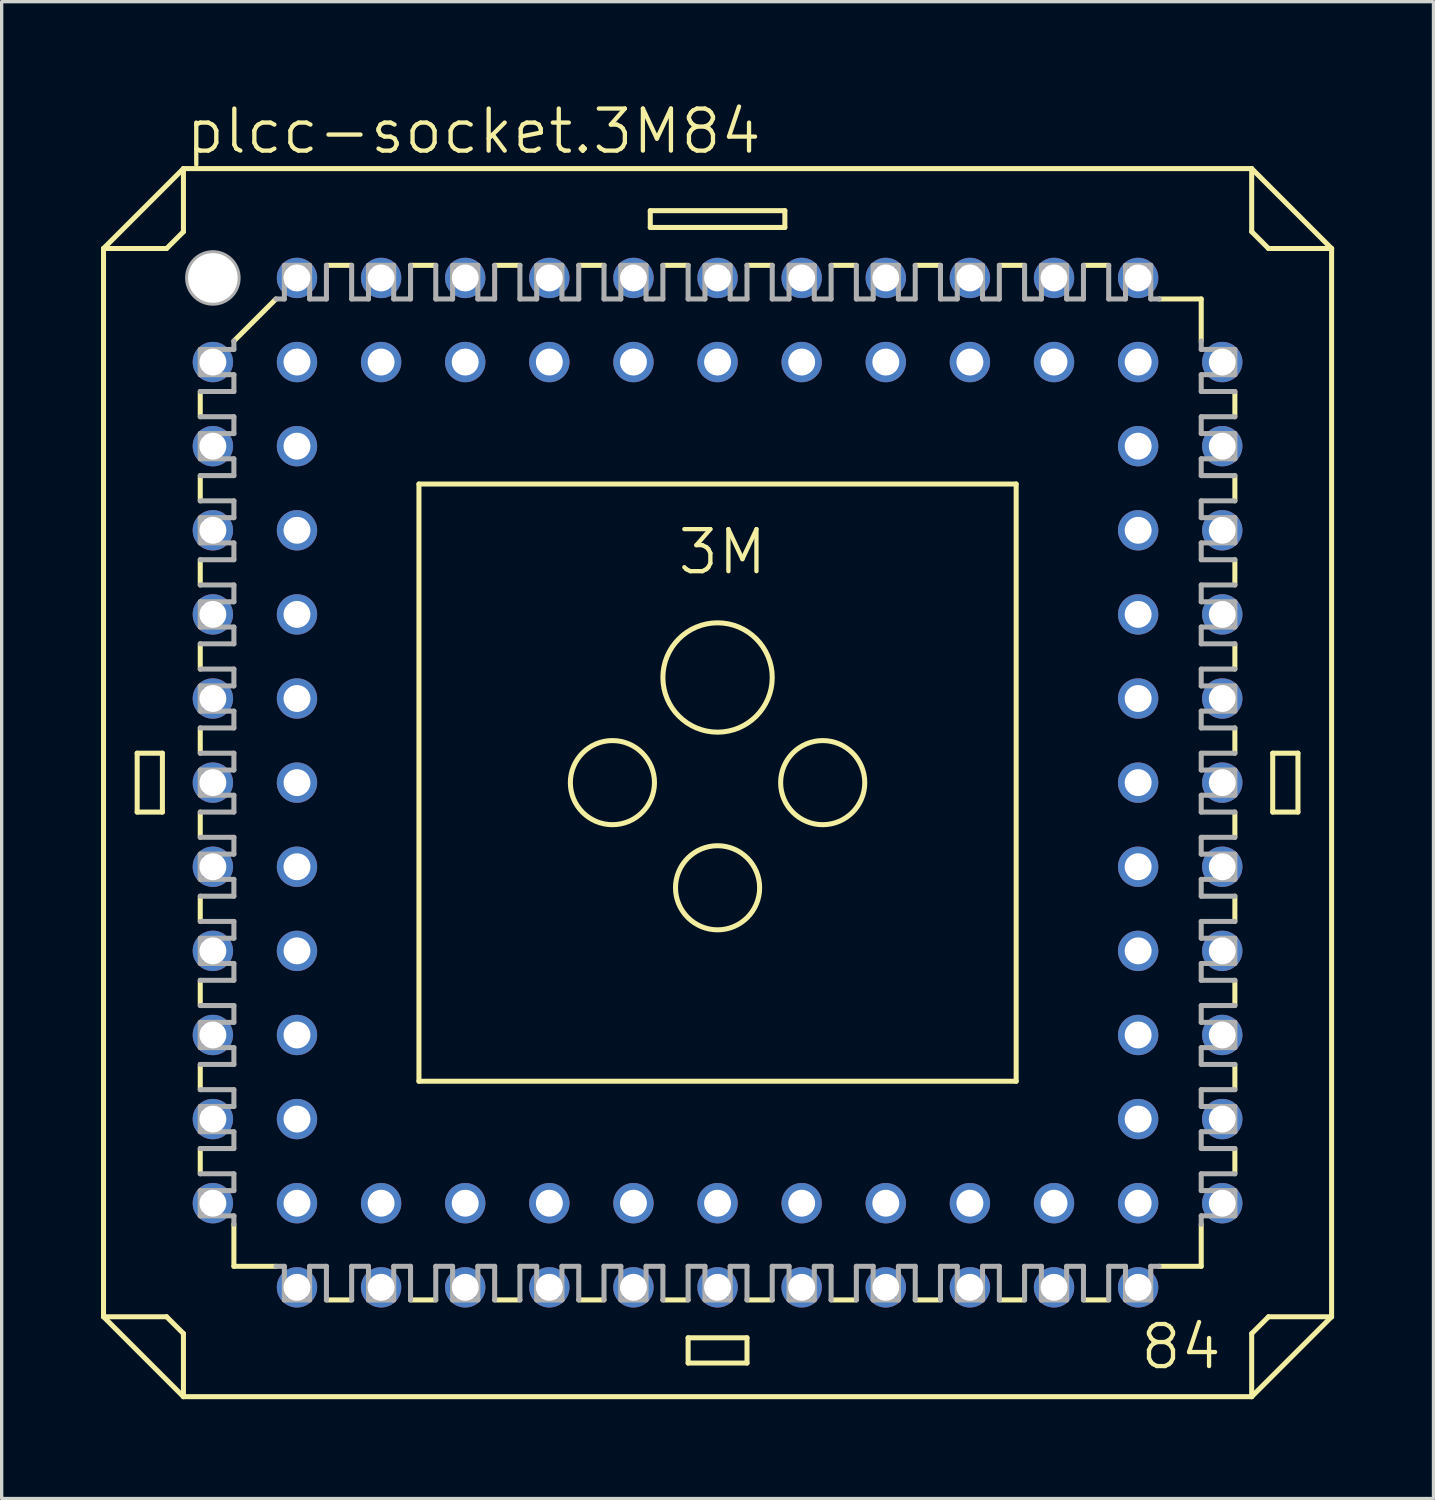
<source format=kicad_pcb>
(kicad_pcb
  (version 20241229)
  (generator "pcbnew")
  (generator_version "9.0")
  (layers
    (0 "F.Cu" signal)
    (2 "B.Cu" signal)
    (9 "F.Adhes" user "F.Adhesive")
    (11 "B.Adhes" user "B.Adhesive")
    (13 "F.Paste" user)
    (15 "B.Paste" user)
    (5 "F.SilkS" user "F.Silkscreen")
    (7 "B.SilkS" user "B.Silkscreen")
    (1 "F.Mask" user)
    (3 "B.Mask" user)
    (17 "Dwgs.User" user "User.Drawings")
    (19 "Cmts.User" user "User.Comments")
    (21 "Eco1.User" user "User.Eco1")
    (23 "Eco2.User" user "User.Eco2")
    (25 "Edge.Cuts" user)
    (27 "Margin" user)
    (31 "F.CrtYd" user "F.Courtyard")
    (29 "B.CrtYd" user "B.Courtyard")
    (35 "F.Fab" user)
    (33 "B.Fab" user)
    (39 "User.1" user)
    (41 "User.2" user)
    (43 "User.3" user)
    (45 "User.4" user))
  (footprint "plcc-socket.3M84"
    (layer "F.Cu")
    (at 18.618 20.583)
    (property "Reference" "plcc-socket.3M84" (at -16.129 -18.923 0) (layer "F.SilkS") (effects (font (size 1.27 1.27) (thickness 0.13)) (justify left bottom)))
    (attr through_hole)
    (fp_line (start -18.542 -16.129) (end -18.542 16.129) (stroke (width 0.152) (type default)) (layer "F.SilkS"))
    (fp_line (start -18.542 -16.129) (end -16.129 -18.542) (stroke (width 0.152) (type default)) (layer "F.SilkS"))
    (fp_line (start -18.542 16.129) (end -16.637 16.129) (stroke (width 0.152) (type default)) (layer "F.SilkS"))
    (fp_line (start -17.526 -0.889) (end -16.764 -0.889) (stroke (width 0.152) (type default)) (layer "F.SilkS"))
    (fp_line (start -17.526 0.889) (end -17.526 -0.889) (stroke (width 0.152) (type default)) (layer "F.SilkS"))
    (fp_line (start -17.526 0.889) (end -16.764 0.889) (stroke (width 0.152) (type default)) (layer "F.SilkS"))
    (fp_line (start -16.764 0.889) (end -16.764 -0.889) (stroke (width 0.152) (type default)) (layer "F.SilkS"))
    (fp_line (start -16.637 -16.129) (end -18.542 -16.129) (stroke (width 0.152) (type default)) (layer "F.SilkS"))
    (fp_line (start -16.637 -16.129) (end -16.129 -16.637) (stroke (width 0.152) (type default)) (layer "F.SilkS"))
    (fp_line (start -16.129 -18.542) (end -16.129 -16.637) (stroke (width 0.152) (type default)) (layer "F.SilkS"))
    (fp_line (start -16.129 16.637) (end -16.637 16.129) (stroke (width 0.152) (type default)) (layer "F.SilkS"))
    (fp_line (start -16.129 16.637) (end -16.129 18.542) (stroke (width 0.152) (type default)) (layer "F.SilkS"))
    (fp_line (start -16.129 18.542) (end -18.542 16.129) (stroke (width 0.152) (type default)) (layer "F.SilkS"))
    (fp_line (start -15.621 -11.811) (end -15.621 -11.049) (stroke (width 0.152) (type default)) (layer "F.SilkS"))
    (fp_line (start -15.621 -9.271) (end -15.621 -8.509) (stroke (width 0.152) (type default)) (layer "F.SilkS"))
    (fp_line (start -15.621 -6.731) (end -15.621 -5.969) (stroke (width 0.152) (type default)) (layer "F.SilkS"))
    (fp_line (start -15.621 -4.191) (end -15.621 -3.429) (stroke (width 0.152) (type default)) (layer "F.SilkS"))
    (fp_line (start -15.621 -0.889) (end -15.621 -1.651) (stroke (width 0.152) (type default)) (layer "F.SilkS"))
    (fp_line (start -15.621 1.651) (end -15.621 0.889) (stroke (width 0.152) (type default)) (layer "F.SilkS"))
    (fp_line (start -15.621 4.191) (end -15.621 3.429) (stroke (width 0.152) (type default)) (layer "F.SilkS"))
    (fp_line (start -15.621 5.969) (end -15.621 6.731) (stroke (width 0.152) (type default)) (layer "F.SilkS"))
    (fp_line (start -15.621 8.509) (end -15.621 9.271) (stroke (width 0.152) (type default)) (layer "F.SilkS"))
    (fp_line (start -15.621 11.049) (end -15.621 11.811) (stroke (width 0.152) (type default)) (layer "F.SilkS"))
    (fp_line (start -14.605 -13.335) (end -13.335 -14.605) (stroke (width 0.152) (type default)) (layer "F.SilkS"))
    (fp_line (start -14.605 14.605) (end -14.605 13.335) (stroke (width 0.152) (type default)) (layer "F.SilkS"))
    (fp_line (start -14.605 14.605) (end -13.335 14.605) (stroke (width 0.152) (type default)) (layer "F.SilkS"))
    (fp_line (start -11.811 15.621) (end -11.049 15.621) (stroke (width 0.152) (type default)) (layer "F.SilkS"))
    (fp_line (start -11.049 -15.621) (end -11.811 -15.621) (stroke (width 0.152) (type default)) (layer "F.SilkS"))
    (fp_line (start -9.271 15.621) (end -8.509 15.621) (stroke (width 0.152) (type default)) (layer "F.SilkS"))
    (fp_line (start -9.017 -9.017) (end -9.017 9.017) (stroke (width 0.152) (type default)) (layer "F.SilkS"))
    (fp_line (start -9.017 -9.017) (end 9.017 -9.017) (stroke (width 0.152) (type default)) (layer "F.SilkS"))
    (fp_line (start -8.509 -15.621) (end -9.271 -15.621) (stroke (width 0.152) (type default)) (layer "F.SilkS"))
    (fp_line (start -6.731 15.621) (end -5.969 15.621) (stroke (width 0.152) (type default)) (layer "F.SilkS"))
    (fp_line (start -5.969 -15.621) (end -6.731 -15.621) (stroke (width 0.152) (type default)) (layer "F.SilkS"))
    (fp_line (start -4.191 15.621) (end -3.429 15.621) (stroke (width 0.152) (type default)) (layer "F.SilkS"))
    (fp_line (start -3.429 -15.621) (end -4.191 -15.621) (stroke (width 0.152) (type default)) (layer "F.SilkS"))
    (fp_line (start -2.032 -17.272) (end -2.032 -16.764) (stroke (width 0.152) (type default)) (layer "F.SilkS"))
    (fp_line (start -1.651 15.621) (end -0.889 15.621) (stroke (width 0.152) (type default)) (layer "F.SilkS"))
    (fp_line (start -0.889 -15.621) (end -1.651 -15.621) (stroke (width 0.152) (type default)) (layer "F.SilkS"))
    (fp_line (start -0.889 17.526) (end -0.889 16.764) (stroke (width 0.152) (type default)) (layer "F.SilkS"))
    (fp_line (start -0.889 17.526) (end 0.889 17.526) (stroke (width 0.152) (type default)) (layer "F.SilkS"))
    (fp_line (start 0.889 15.621) (end 1.651 15.621) (stroke (width 0.152) (type default)) (layer "F.SilkS"))
    (fp_line (start 0.889 16.764) (end -0.889 16.764) (stroke (width 0.152) (type default)) (layer "F.SilkS"))
    (fp_line (start 0.889 16.764) (end 0.889 17.526) (stroke (width 0.152) (type default)) (layer "F.SilkS"))
    (fp_line (start 1.651 -15.621) (end 0.889 -15.621) (stroke (width 0.152) (type default)) (layer "F.SilkS"))
    (fp_line (start 2.032 -17.272) (end -2.032 -17.272) (stroke (width 0.152) (type default)) (layer "F.SilkS"))
    (fp_line (start 2.032 -16.764) (end -2.032 -16.764) (stroke (width 0.152) (type default)) (layer "F.SilkS"))
    (fp_line (start 2.032 -16.764) (end 2.032 -17.272) (stroke (width 0.152) (type default)) (layer "F.SilkS"))
    (fp_line (start 3.429 15.621) (end 4.191 15.621) (stroke (width 0.152) (type default)) (layer "F.SilkS"))
    (fp_line (start 4.191 -15.621) (end 3.429 -15.621) (stroke (width 0.152) (type default)) (layer "F.SilkS"))
    (fp_line (start 5.969 15.621) (end 6.731 15.621) (stroke (width 0.152) (type default)) (layer "F.SilkS"))
    (fp_line (start 6.731 -15.621) (end 5.969 -15.621) (stroke (width 0.152) (type default)) (layer "F.SilkS"))
    (fp_line (start 8.509 15.621) (end 9.271 15.621) (stroke (width 0.152) (type default)) (layer "F.SilkS"))
    (fp_line (start 9.017 9.017) (end -9.017 9.017) (stroke (width 0.152) (type default)) (layer "F.SilkS"))
    (fp_line (start 9.017 9.017) (end 9.017 -9.017) (stroke (width 0.152) (type default)) (layer "F.SilkS"))
    (fp_line (start 9.271 -15.621) (end 8.509 -15.621) (stroke (width 0.152) (type default)) (layer "F.SilkS"))
    (fp_line (start 11.049 15.621) (end 11.811 15.621) (stroke (width 0.152) (type default)) (layer "F.SilkS"))
    (fp_line (start 11.811 -15.621) (end 11.049 -15.621) (stroke (width 0.152) (type default)) (layer "F.SilkS"))
    (fp_line (start 13.335 14.605) (end 14.605 14.605) (stroke (width 0.152) (type default)) (layer "F.SilkS"))
    (fp_line (start 14.605 -14.605) (end 13.335 -14.605) (stroke (width 0.152) (type default)) (layer "F.SilkS"))
    (fp_line (start 14.605 -14.605) (end 14.605 -13.335) (stroke (width 0.152) (type default)) (layer "F.SilkS"))
    (fp_line (start 14.605 14.605) (end 14.605 13.335) (stroke (width 0.152) (type default)) (layer "F.SilkS"))
    (fp_line (start 15.621 -11.049) (end 15.621 -11.811) (stroke (width 0.152) (type default)) (layer "F.SilkS"))
    (fp_line (start 15.621 -8.509) (end 15.621 -9.271) (stroke (width 0.152) (type default)) (layer "F.SilkS"))
    (fp_line (start 15.621 -5.969) (end 15.621 -6.731) (stroke (width 0.152) (type default)) (layer "F.SilkS"))
    (fp_line (start 15.621 -4.191) (end 15.621 -3.429) (stroke (width 0.152) (type default)) (layer "F.SilkS"))
    (fp_line (start 15.621 -1.651) (end 15.621 -0.889) (stroke (width 0.152) (type default)) (layer "F.SilkS"))
    (fp_line (start 15.621 0.889) (end 15.621 1.651) (stroke (width 0.152) (type default)) (layer "F.SilkS"))
    (fp_line (start 15.621 4.191) (end 15.621 3.429) (stroke (width 0.152) (type default)) (layer "F.SilkS"))
    (fp_line (start 15.621 6.731) (end 15.621 5.969) (stroke (width 0.152) (type default)) (layer "F.SilkS"))
    (fp_line (start 15.621 9.271) (end 15.621 8.509) (stroke (width 0.152) (type default)) (layer "F.SilkS"))
    (fp_line (start 15.621 11.811) (end 15.621 11.049) (stroke (width 0.152) (type default)) (layer "F.SilkS"))
    (fp_line (start 16.129 -18.542) (end -16.129 -18.542) (stroke (width 0.152) (type default)) (layer "F.SilkS"))
    (fp_line (start 16.129 -18.542) (end 18.542 -16.129) (stroke (width 0.152) (type default)) (layer "F.SilkS"))
    (fp_line (start 16.129 -16.637) (end 16.129 -18.542) (stroke (width 0.152) (type default)) (layer "F.SilkS"))
    (fp_line (start 16.129 -16.637) (end 16.637 -16.129) (stroke (width 0.152) (type default)) (layer "F.SilkS"))
    (fp_line (start 16.129 18.542) (end -16.129 18.542) (stroke (width 0.152) (type default)) (layer "F.SilkS"))
    (fp_line (start 16.129 18.542) (end 16.129 16.637) (stroke (width 0.152) (type default)) (layer "F.SilkS"))
    (fp_line (start 16.637 16.129) (end 16.129 16.637) (stroke (width 0.152) (type default)) (layer "F.SilkS"))
    (fp_line (start 16.637 16.129) (end 18.542 16.129) (stroke (width 0.152) (type default)) (layer "F.SilkS"))
    (fp_line (start 16.764 -0.889) (end 16.764 0.889) (stroke (width 0.152) (type default)) (layer "F.SilkS"))
    (fp_line (start 16.764 -0.889) (end 17.526 -0.889) (stroke (width 0.152) (type default)) (layer "F.SilkS"))
    (fp_line (start 17.526 0.889) (end 16.764 0.889) (stroke (width 0.152) (type default)) (layer "F.SilkS"))
    (fp_line (start 17.526 0.889) (end 17.526 -0.889) (stroke (width 0.152) (type default)) (layer "F.SilkS"))
    (fp_line (start 18.542 -16.129) (end 16.637 -16.129) (stroke (width 0.152) (type default)) (layer "F.SilkS"))
    (fp_line (start 18.542 -16.129) (end 18.542 16.129) (stroke (width 0.152) (type default)) (layer "F.SilkS"))
    (fp_line (start 18.542 16.129) (end 16.129 18.542) (stroke (width 0.152) (type default)) (layer "F.SilkS"))
    (fp_circle (center -3.175 0) (end -1.905 0) (stroke (width 0.152) (type default)) (fill no) (layer "F.SilkS"))
    (fp_circle (center 0 -3.175) (end 1.651 -3.175) (stroke (width 0.152) (type default)) (fill no) (layer "F.SilkS"))
    (fp_circle (center 0 3.175) (end 1.27 3.175) (stroke (width 0.152) (type default)) (fill no) (layer "F.SilkS"))
    (fp_circle (center 3.175 0) (end 4.445 0) (stroke (width 0.152) (type default)) (fill no) (layer "F.SilkS"))
    (fp_line (start -15.621 -12.319) (end -15.621 -13.081) (stroke (width 0.152) (type default)) (layer "F.Fab"))
    (fp_line (start -15.621 -12.319) (end -14.605 -12.319) (stroke (width 0.152) (type default)) (layer "F.Fab"))
    (fp_line (start -15.621 -11.811) (end -14.605 -11.811) (stroke (width 0.152) (type default)) (layer "F.Fab"))
    (fp_line (start -15.621 -9.779) (end -15.621 -10.541) (stroke (width 0.152) (type default)) (layer "F.Fab"))
    (fp_line (start -15.621 -9.779) (end -14.605 -9.779) (stroke (width 0.152) (type default)) (layer "F.Fab"))
    (fp_line (start -15.621 -9.271) (end -14.605 -9.271) (stroke (width 0.152) (type default)) (layer "F.Fab"))
    (fp_line (start -15.621 -7.239) (end -15.621 -8.001) (stroke (width 0.152) (type default)) (layer "F.Fab"))
    (fp_line (start -15.621 -7.239) (end -14.605 -7.239) (stroke (width 0.152) (type default)) (layer "F.Fab"))
    (fp_line (start -15.621 -6.731) (end -14.605 -6.731) (stroke (width 0.152) (type default)) (layer "F.Fab"))
    (fp_line (start -15.621 -4.699) (end -15.621 -5.461) (stroke (width 0.152) (type default)) (layer "F.Fab"))
    (fp_line (start -15.621 -4.699) (end -14.605 -4.699) (stroke (width 0.152) (type default)) (layer "F.Fab"))
    (fp_line (start -15.621 -4.191) (end -14.605 -4.191) (stroke (width 0.152) (type default)) (layer "F.Fab"))
    (fp_line (start -15.621 -2.159) (end -15.621 -2.921) (stroke (width 0.152) (type default)) (layer "F.Fab"))
    (fp_line (start -15.621 -2.159) (end -14.605 -2.159) (stroke (width 0.152) (type default)) (layer "F.Fab"))
    (fp_line (start -15.621 -0.889) (end -14.605 -0.889) (stroke (width 0.152) (type default)) (layer "F.Fab"))
    (fp_line (start -15.621 0.381) (end -15.621 -0.381) (stroke (width 0.152) (type default)) (layer "F.Fab"))
    (fp_line (start -15.621 0.381) (end -14.605 0.381) (stroke (width 0.152) (type default)) (layer "F.Fab"))
    (fp_line (start -15.621 1.651) (end -14.605 1.651) (stroke (width 0.152) (type default)) (layer "F.Fab"))
    (fp_line (start -15.621 2.921) (end -15.621 2.159) (stroke (width 0.152) (type default)) (layer "F.Fab"))
    (fp_line (start -15.621 2.921) (end -14.605 2.921) (stroke (width 0.152) (type default)) (layer "F.Fab"))
    (fp_line (start -15.621 4.191) (end -14.605 4.191) (stroke (width 0.152) (type default)) (layer "F.Fab"))
    (fp_line (start -15.621 5.461) (end -15.621 4.699) (stroke (width 0.152) (type default)) (layer "F.Fab"))
    (fp_line (start -15.621 5.461) (end -14.605 5.461) (stroke (width 0.152) (type default)) (layer "F.Fab"))
    (fp_line (start -15.621 5.969) (end -14.605 5.969) (stroke (width 0.152) (type default)) (layer "F.Fab"))
    (fp_line (start -15.621 8.001) (end -15.621 7.239) (stroke (width 0.152) (type default)) (layer "F.Fab"))
    (fp_line (start -15.621 8.001) (end -14.605 8.001) (stroke (width 0.152) (type default)) (layer "F.Fab"))
    (fp_line (start -15.621 8.509) (end -14.605 8.509) (stroke (width 0.152) (type default)) (layer "F.Fab"))
    (fp_line (start -15.621 10.541) (end -15.621 9.779) (stroke (width 0.152) (type default)) (layer "F.Fab"))
    (fp_line (start -15.621 10.541) (end -14.605 10.541) (stroke (width 0.152) (type default)) (layer "F.Fab"))
    (fp_line (start -15.621 11.049) (end -14.605 11.049) (stroke (width 0.152) (type default)) (layer "F.Fab"))
    (fp_line (start -15.621 13.081) (end -15.621 12.319) (stroke (width 0.152) (type default)) (layer "F.Fab"))
    (fp_line (start -15.621 13.081) (end -14.605 13.081) (stroke (width 0.152) (type default)) (layer "F.Fab"))
    (fp_line (start -14.605 -13.081) (end -15.621 -13.081) (stroke (width 0.152) (type default)) (layer "F.Fab"))
    (fp_line (start -14.605 -13.081) (end -14.605 -13.335) (stroke (width 0.152) (type default)) (layer "F.Fab"))
    (fp_line (start -14.605 -12.319) (end -14.605 -11.811) (stroke (width 0.152) (type default)) (layer "F.Fab"))
    (fp_line (start -14.605 -11.049) (end -15.621 -11.049) (stroke (width 0.152) (type default)) (layer "F.Fab"))
    (fp_line (start -14.605 -10.541) (end -15.621 -10.541) (stroke (width 0.152) (type default)) (layer "F.Fab"))
    (fp_line (start -14.605 -10.541) (end -14.605 -11.049) (stroke (width 0.152) (type default)) (layer "F.Fab"))
    (fp_line (start -14.605 -9.779) (end -14.605 -9.271) (stroke (width 0.152) (type default)) (layer "F.Fab"))
    (fp_line (start -14.605 -8.509) (end -15.621 -8.509) (stroke (width 0.152) (type default)) (layer "F.Fab"))
    (fp_line (start -14.605 -8.001) (end -15.621 -8.001) (stroke (width 0.152) (type default)) (layer "F.Fab"))
    (fp_line (start -14.605 -8.001) (end -14.605 -8.509) (stroke (width 0.152) (type default)) (layer "F.Fab"))
    (fp_line (start -14.605 -6.731) (end -14.605 -7.239) (stroke (width 0.152) (type default)) (layer "F.Fab"))
    (fp_line (start -14.605 -5.969) (end -15.621 -5.969) (stroke (width 0.152) (type default)) (layer "F.Fab"))
    (fp_line (start -14.605 -5.969) (end -14.605 -5.461) (stroke (width 0.152) (type default)) (layer "F.Fab"))
    (fp_line (start -14.605 -5.461) (end -15.621 -5.461) (stroke (width 0.152) (type default)) (layer "F.Fab"))
    (fp_line (start -14.605 -4.699) (end -14.605 -4.191) (stroke (width 0.152) (type default)) (layer "F.Fab"))
    (fp_line (start -14.605 -3.429) (end -15.621 -3.429) (stroke (width 0.152) (type default)) (layer "F.Fab"))
    (fp_line (start -14.605 -3.429) (end -14.605 -2.921) (stroke (width 0.152) (type default)) (layer "F.Fab"))
    (fp_line (start -14.605 -2.921) (end -15.621 -2.921) (stroke (width 0.152) (type default)) (layer "F.Fab"))
    (fp_line (start -14.605 -2.159) (end -14.605 -1.651) (stroke (width 0.152) (type default)) (layer "F.Fab"))
    (fp_line (start -14.605 -1.651) (end -15.621 -1.651) (stroke (width 0.152) (type default)) (layer "F.Fab"))
    (fp_line (start -14.605 -0.381) (end -15.621 -0.381) (stroke (width 0.152) (type default)) (layer "F.Fab"))
    (fp_line (start -14.605 -0.381) (end -14.605 -0.889) (stroke (width 0.152) (type default)) (layer "F.Fab"))
    (fp_line (start -14.605 0.889) (end -15.621 0.889) (stroke (width 0.152) (type default)) (layer "F.Fab"))
    (fp_line (start -14.605 0.889) (end -14.605 0.381) (stroke (width 0.152) (type default)) (layer "F.Fab"))
    (fp_line (start -14.605 2.159) (end -15.621 2.159) (stroke (width 0.152) (type default)) (layer "F.Fab"))
    (fp_line (start -14.605 2.159) (end -14.605 1.651) (stroke (width 0.152) (type default)) (layer "F.Fab"))
    (fp_line (start -14.605 3.429) (end -15.621 3.429) (stroke (width 0.152) (type default)) (layer "F.Fab"))
    (fp_line (start -14.605 3.429) (end -14.605 2.921) (stroke (width 0.152) (type default)) (layer "F.Fab"))
    (fp_line (start -14.605 4.699) (end -15.621 4.699) (stroke (width 0.152) (type default)) (layer "F.Fab"))
    (fp_line (start -14.605 4.699) (end -14.605 4.191) (stroke (width 0.152) (type default)) (layer "F.Fab"))
    (fp_line (start -14.605 5.461) (end -14.605 5.969) (stroke (width 0.152) (type default)) (layer "F.Fab"))
    (fp_line (start -14.605 6.731) (end -15.621 6.731) (stroke (width 0.152) (type default)) (layer "F.Fab"))
    (fp_line (start -14.605 6.731) (end -14.605 7.239) (stroke (width 0.152) (type default)) (layer "F.Fab"))
    (fp_line (start -14.605 7.239) (end -15.621 7.239) (stroke (width 0.152) (type default)) (layer "F.Fab"))
    (fp_line (start -14.605 8.001) (end -14.605 8.509) (stroke (width 0.152) (type default)) (layer "F.Fab"))
    (fp_line (start -14.605 9.271) (end -15.621 9.271) (stroke (width 0.152) (type default)) (layer "F.Fab"))
    (fp_line (start -14.605 9.271) (end -14.605 9.779) (stroke (width 0.152) (type default)) (layer "F.Fab"))
    (fp_line (start -14.605 9.779) (end -15.621 9.779) (stroke (width 0.152) (type default)) (layer "F.Fab"))
    (fp_line (start -14.605 10.541) (end -14.605 11.049) (stroke (width 0.152) (type default)) (layer "F.Fab"))
    (fp_line (start -14.605 11.811) (end -15.621 11.811) (stroke (width 0.152) (type default)) (layer "F.Fab"))
    (fp_line (start -14.605 11.811) (end -14.605 12.319) (stroke (width 0.152) (type default)) (layer "F.Fab"))
    (fp_line (start -14.605 12.319) (end -15.621 12.319) (stroke (width 0.152) (type default)) (layer "F.Fab"))
    (fp_line (start -14.605 13.081) (end -14.605 13.335) (stroke (width 0.152) (type default)) (layer "F.Fab"))
    (fp_line (start -13.335 -14.605) (end -13.081 -14.605) (stroke (width 0.152) (type default)) (layer "F.Fab"))
    (fp_line (start -13.335 14.605) (end -13.081 14.605) (stroke (width 0.152) (type default)) (layer "F.Fab"))
    (fp_line (start -13.081 -15.621) (end -12.319 -15.621) (stroke (width 0.152) (type default)) (layer "F.Fab"))
    (fp_line (start -13.081 -14.605) (end -13.081 -15.621) (stroke (width 0.152) (type default)) (layer "F.Fab"))
    (fp_line (start -13.081 14.605) (end -13.081 15.621) (stroke (width 0.152) (type default)) (layer "F.Fab"))
    (fp_line (start -12.319 -14.605) (end -12.319 -15.621) (stroke (width 0.152) (type default)) (layer "F.Fab"))
    (fp_line (start -12.319 14.605) (end -11.811 14.605) (stroke (width 0.152) (type default)) (layer "F.Fab"))
    (fp_line (start -12.319 15.621) (end -13.081 15.621) (stroke (width 0.152) (type default)) (layer "F.Fab"))
    (fp_line (start -12.319 15.621) (end -12.319 14.605) (stroke (width 0.152) (type default)) (layer "F.Fab"))
    (fp_line (start -11.811 -14.605) (end -12.319 -14.605) (stroke (width 0.152) (type default)) (layer "F.Fab"))
    (fp_line (start -11.811 -14.605) (end -11.811 -15.621) (stroke (width 0.152) (type default)) (layer "F.Fab"))
    (fp_line (start -11.811 15.621) (end -11.811 14.605) (stroke (width 0.152) (type default)) (layer "F.Fab"))
    (fp_line (start -11.049 -15.621) (end -11.049 -14.605) (stroke (width 0.152) (type default)) (layer "F.Fab"))
    (fp_line (start -11.049 14.605) (end -11.049 15.621) (stroke (width 0.152) (type default)) (layer "F.Fab"))
    (fp_line (start -10.541 -15.621) (end -9.779 -15.621) (stroke (width 0.152) (type default)) (layer "F.Fab"))
    (fp_line (start -10.541 -14.605) (end -11.049 -14.605) (stroke (width 0.152) (type default)) (layer "F.Fab"))
    (fp_line (start -10.541 -14.605) (end -10.541 -15.621) (stroke (width 0.152) (type default)) (layer "F.Fab"))
    (fp_line (start -10.541 14.605) (end -11.049 14.605) (stroke (width 0.152) (type default)) (layer "F.Fab"))
    (fp_line (start -10.541 14.605) (end -10.541 15.621) (stroke (width 0.152) (type default)) (layer "F.Fab"))
    (fp_line (start -9.779 -14.605) (end -9.779 -15.621) (stroke (width 0.152) (type default)) (layer "F.Fab"))
    (fp_line (start -9.779 14.605) (end -9.271 14.605) (stroke (width 0.152) (type default)) (layer "F.Fab"))
    (fp_line (start -9.779 15.621) (end -10.541 15.621) (stroke (width 0.152) (type default)) (layer "F.Fab"))
    (fp_line (start -9.779 15.621) (end -9.779 14.605) (stroke (width 0.152) (type default)) (layer "F.Fab"))
    (fp_line (start -9.271 -14.605) (end -9.779 -14.605) (stroke (width 0.152) (type default)) (layer "F.Fab"))
    (fp_line (start -9.271 -14.605) (end -9.271 -15.621) (stroke (width 0.152) (type default)) (layer "F.Fab"))
    (fp_line (start -9.271 15.621) (end -9.271 14.605) (stroke (width 0.152) (type default)) (layer "F.Fab"))
    (fp_line (start -8.509 -15.621) (end -8.509 -14.605) (stroke (width 0.152) (type default)) (layer "F.Fab"))
    (fp_line (start -8.509 14.605) (end -8.509 15.621) (stroke (width 0.152) (type default)) (layer "F.Fab"))
    (fp_line (start -8.001 -15.621) (end -7.239 -15.621) (stroke (width 0.152) (type default)) (layer "F.Fab"))
    (fp_line (start -8.001 -14.605) (end -8.509 -14.605) (stroke (width 0.152) (type default)) (layer "F.Fab"))
    (fp_line (start -8.001 -14.605) (end -8.001 -15.621) (stroke (width 0.152) (type default)) (layer "F.Fab"))
    (fp_line (start -8.001 14.605) (end -8.509 14.605) (stroke (width 0.152) (type default)) (layer "F.Fab"))
    (fp_line (start -8.001 14.605) (end -8.001 15.621) (stroke (width 0.152) (type default)) (layer "F.Fab"))
    (fp_line (start -7.239 -14.605) (end -7.239 -15.621) (stroke (width 0.152) (type default)) (layer "F.Fab"))
    (fp_line (start -7.239 15.621) (end -8.001 15.621) (stroke (width 0.152) (type default)) (layer "F.Fab"))
    (fp_line (start -7.239 15.621) (end -7.239 14.605) (stroke (width 0.152) (type default)) (layer "F.Fab"))
    (fp_line (start -6.731 -14.605) (end -7.239 -14.605) (stroke (width 0.152) (type default)) (layer "F.Fab"))
    (fp_line (start -6.731 -14.605) (end -6.731 -15.621) (stroke (width 0.152) (type default)) (layer "F.Fab"))
    (fp_line (start -6.731 14.605) (end -7.239 14.605) (stroke (width 0.152) (type default)) (layer "F.Fab"))
    (fp_line (start -6.731 15.621) (end -6.731 14.605) (stroke (width 0.152) (type default)) (layer "F.Fab"))
    (fp_line (start -5.969 -15.621) (end -5.969 -14.605) (stroke (width 0.152) (type default)) (layer "F.Fab"))
    (fp_line (start -5.969 14.605) (end -5.969 15.621) (stroke (width 0.152) (type default)) (layer "F.Fab"))
    (fp_line (start -5.969 14.605) (end -5.461 14.605) (stroke (width 0.152) (type default)) (layer "F.Fab"))
    (fp_line (start -5.461 -15.621) (end -4.699 -15.621) (stroke (width 0.152) (type default)) (layer "F.Fab"))
    (fp_line (start -5.461 -14.605) (end -5.969 -14.605) (stroke (width 0.152) (type default)) (layer "F.Fab"))
    (fp_line (start -5.461 -14.605) (end -5.461 -15.621) (stroke (width 0.152) (type default)) (layer "F.Fab"))
    (fp_line (start -5.461 14.605) (end -5.461 15.621) (stroke (width 0.152) (type default)) (layer "F.Fab"))
    (fp_line (start -4.699 -14.605) (end -4.699 -15.621) (stroke (width 0.152) (type default)) (layer "F.Fab"))
    (fp_line (start -4.699 14.605) (end -4.191 14.605) (stroke (width 0.152) (type default)) (layer "F.Fab"))
    (fp_line (start -4.699 15.621) (end -5.461 15.621) (stroke (width 0.152) (type default)) (layer "F.Fab"))
    (fp_line (start -4.699 15.621) (end -4.699 14.605) (stroke (width 0.152) (type default)) (layer "F.Fab"))
    (fp_line (start -4.191 -14.605) (end -4.699 -14.605) (stroke (width 0.152) (type default)) (layer "F.Fab"))
    (fp_line (start -4.191 -14.605) (end -4.191 -15.621) (stroke (width 0.152) (type default)) (layer "F.Fab"))
    (fp_line (start -4.191 15.621) (end -4.191 14.605) (stroke (width 0.152) (type default)) (layer "F.Fab"))
    (fp_line (start -3.429 -15.621) (end -3.429 -14.605) (stroke (width 0.152) (type default)) (layer "F.Fab"))
    (fp_line (start -3.429 14.605) (end -3.429 15.621) (stroke (width 0.152) (type default)) (layer "F.Fab"))
    (fp_line (start -3.429 14.605) (end -2.921 14.605) (stroke (width 0.152) (type default)) (layer "F.Fab"))
    (fp_line (start -2.921 -15.621) (end -2.159 -15.621) (stroke (width 0.152) (type default)) (layer "F.Fab"))
    (fp_line (start -2.921 -14.605) (end -3.429 -14.605) (stroke (width 0.152) (type default)) (layer "F.Fab"))
    (fp_line (start -2.921 -14.605) (end -2.921 -15.621) (stroke (width 0.152) (type default)) (layer "F.Fab"))
    (fp_line (start -2.921 14.605) (end -2.921 15.621) (stroke (width 0.152) (type default)) (layer "F.Fab"))
    (fp_line (start -2.159 -14.605) (end -2.159 -15.621) (stroke (width 0.152) (type default)) (layer "F.Fab"))
    (fp_line (start -2.159 14.605) (end -1.651 14.605) (stroke (width 0.152) (type default)) (layer "F.Fab"))
    (fp_line (start -2.159 15.621) (end -2.921 15.621) (stroke (width 0.152) (type default)) (layer "F.Fab"))
    (fp_line (start -2.159 15.621) (end -2.159 14.605) (stroke (width 0.152) (type default)) (layer "F.Fab"))
    (fp_line (start -1.651 -14.605) (end -2.159 -14.605) (stroke (width 0.152) (type default)) (layer "F.Fab"))
    (fp_line (start -1.651 -14.605) (end -1.651 -15.621) (stroke (width 0.152) (type default)) (layer "F.Fab"))
    (fp_line (start -1.651 15.621) (end -1.651 14.605) (stroke (width 0.152) (type default)) (layer "F.Fab"))
    (fp_line (start -0.889 -15.621) (end -0.889 -14.605) (stroke (width 0.152) (type default)) (layer "F.Fab"))
    (fp_line (start -0.889 14.605) (end -0.889 15.621) (stroke (width 0.152) (type default)) (layer "F.Fab"))
    (fp_line (start -0.889 14.605) (end -0.381 14.605) (stroke (width 0.152) (type default)) (layer "F.Fab"))
    (fp_line (start -0.381 -15.621) (end -0.381 -14.605) (stroke (width 0.152) (type default)) (layer "F.Fab"))
    (fp_line (start -0.381 -15.621) (end 0.381 -15.621) (stroke (width 0.152) (type default)) (layer "F.Fab"))
    (fp_line (start -0.381 -14.605) (end -0.889 -14.605) (stroke (width 0.152) (type default)) (layer "F.Fab"))
    (fp_line (start -0.381 14.605) (end -0.381 15.621) (stroke (width 0.152) (type default)) (layer "F.Fab"))
    (fp_line (start 0.381 -14.605) (end 0.381 -15.621) (stroke (width 0.152) (type default)) (layer "F.Fab"))
    (fp_line (start 0.381 14.605) (end 0.889 14.605) (stroke (width 0.152) (type default)) (layer "F.Fab"))
    (fp_line (start 0.381 15.621) (end -0.381 15.621) (stroke (width 0.152) (type default)) (layer "F.Fab"))
    (fp_line (start 0.381 15.621) (end 0.381 14.605) (stroke (width 0.152) (type default)) (layer "F.Fab"))
    (fp_line (start 0.889 -14.605) (end 0.381 -14.605) (stroke (width 0.152) (type default)) (layer "F.Fab"))
    (fp_line (start 0.889 -14.605) (end 0.889 -15.621) (stroke (width 0.152) (type default)) (layer "F.Fab"))
    (fp_line (start 0.889 15.621) (end 0.889 14.605) (stroke (width 0.152) (type default)) (layer "F.Fab"))
    (fp_line (start 1.651 -15.621) (end 1.651 -14.605) (stroke (width 0.152) (type default)) (layer "F.Fab"))
    (fp_line (start 1.651 14.605) (end 1.651 15.621) (stroke (width 0.152) (type default)) (layer "F.Fab"))
    (fp_line (start 1.651 14.605) (end 2.159 14.605) (stroke (width 0.152) (type default)) (layer "F.Fab"))
    (fp_line (start 2.159 -15.621) (end 2.159 -14.605) (stroke (width 0.152) (type default)) (layer "F.Fab"))
    (fp_line (start 2.159 -15.621) (end 2.921 -15.621) (stroke (width 0.152) (type default)) (layer "F.Fab"))
    (fp_line (start 2.159 -14.605) (end 1.651 -14.605) (stroke (width 0.152) (type default)) (layer "F.Fab"))
    (fp_line (start 2.159 14.605) (end 2.159 15.621) (stroke (width 0.152) (type default)) (layer "F.Fab"))
    (fp_line (start 2.921 -14.605) (end 2.921 -15.621) (stroke (width 0.152) (type default)) (layer "F.Fab"))
    (fp_line (start 2.921 14.605) (end 3.429 14.605) (stroke (width 0.152) (type default)) (layer "F.Fab"))
    (fp_line (start 2.921 15.621) (end 2.159 15.621) (stroke (width 0.152) (type default)) (layer "F.Fab"))
    (fp_line (start 2.921 15.621) (end 2.921 14.605) (stroke (width 0.152) (type default)) (layer "F.Fab"))
    (fp_line (start 3.429 -14.605) (end 2.921 -14.605) (stroke (width 0.152) (type default)) (layer "F.Fab"))
    (fp_line (start 3.429 -14.605) (end 3.429 -15.621) (stroke (width 0.152) (type default)) (layer "F.Fab"))
    (fp_line (start 3.429 15.621) (end 3.429 14.605) (stroke (width 0.152) (type default)) (layer "F.Fab"))
    (fp_line (start 4.191 -15.621) (end 4.191 -14.605) (stroke (width 0.152) (type default)) (layer "F.Fab"))
    (fp_line (start 4.191 14.605) (end 4.191 15.621) (stroke (width 0.152) (type default)) (layer "F.Fab"))
    (fp_line (start 4.191 14.605) (end 4.699 14.605) (stroke (width 0.152) (type default)) (layer "F.Fab"))
    (fp_line (start 4.699 -15.621) (end 4.699 -14.605) (stroke (width 0.152) (type default)) (layer "F.Fab"))
    (fp_line (start 4.699 -15.621) (end 5.461 -15.621) (stroke (width 0.152) (type default)) (layer "F.Fab"))
    (fp_line (start 4.699 -14.605) (end 4.191 -14.605) (stroke (width 0.152) (type default)) (layer "F.Fab"))
    (fp_line (start 4.699 14.605) (end 4.699 15.621) (stroke (width 0.152) (type default)) (layer "F.Fab"))
    (fp_line (start 5.461 -14.605) (end 5.461 -15.621) (stroke (width 0.152) (type default)) (layer "F.Fab"))
    (fp_line (start 5.461 14.605) (end 5.969 14.605) (stroke (width 0.152) (type default)) (layer "F.Fab"))
    (fp_line (start 5.461 15.621) (end 4.699 15.621) (stroke (width 0.152) (type default)) (layer "F.Fab"))
    (fp_line (start 5.461 15.621) (end 5.461 14.605) (stroke (width 0.152) (type default)) (layer "F.Fab"))
    (fp_line (start 5.969 -14.605) (end 5.461 -14.605) (stroke (width 0.152) (type default)) (layer "F.Fab"))
    (fp_line (start 5.969 -14.605) (end 5.969 -15.621) (stroke (width 0.152) (type default)) (layer "F.Fab"))
    (fp_line (start 5.969 15.621) (end 5.969 14.605) (stroke (width 0.152) (type default)) (layer "F.Fab"))
    (fp_line (start 6.731 -15.621) (end 6.731 -14.605) (stroke (width 0.152) (type default)) (layer "F.Fab"))
    (fp_line (start 6.731 -14.605) (end 7.239 -14.605) (stroke (width 0.152) (type default)) (layer "F.Fab"))
    (fp_line (start 6.731 14.605) (end 6.731 15.621) (stroke (width 0.152) (type default)) (layer "F.Fab"))
    (fp_line (start 6.731 14.605) (end 7.239 14.605) (stroke (width 0.152) (type default)) (layer "F.Fab"))
    (fp_line (start 7.239 -15.621) (end 7.239 -14.605) (stroke (width 0.152) (type default)) (layer "F.Fab"))
    (fp_line (start 7.239 -15.621) (end 8.001 -15.621) (stroke (width 0.152) (type default)) (layer "F.Fab"))
    (fp_line (start 7.239 14.605) (end 7.239 15.621) (stroke (width 0.152) (type default)) (layer "F.Fab"))
    (fp_line (start 8.001 -14.605) (end 8.001 -15.621) (stroke (width 0.152) (type default)) (layer "F.Fab"))
    (fp_line (start 8.001 -14.605) (end 8.509 -14.605) (stroke (width 0.152) (type default)) (layer "F.Fab"))
    (fp_line (start 8.001 14.605) (end 8.509 14.605) (stroke (width 0.152) (type default)) (layer "F.Fab"))
    (fp_line (start 8.001 15.621) (end 7.239 15.621) (stroke (width 0.152) (type default)) (layer "F.Fab"))
    (fp_line (start 8.001 15.621) (end 8.001 14.605) (stroke (width 0.152) (type default)) (layer "F.Fab"))
    (fp_line (start 8.509 -14.605) (end 8.509 -15.621) (stroke (width 0.152) (type default)) (layer "F.Fab"))
    (fp_line (start 8.509 15.621) (end 8.509 14.605) (stroke (width 0.152) (type default)) (layer "F.Fab"))
    (fp_line (start 9.271 -15.621) (end 9.271 -14.605) (stroke (width 0.152) (type default)) (layer "F.Fab"))
    (fp_line (start 9.271 15.621) (end 9.271 14.605) (stroke (width 0.152) (type default)) (layer "F.Fab"))
    (fp_line (start 9.779 -15.621) (end 9.779 -14.605) (stroke (width 0.152) (type default)) (layer "F.Fab"))
    (fp_line (start 9.779 -15.621) (end 10.541 -15.621) (stroke (width 0.152) (type default)) (layer "F.Fab"))
    (fp_line (start 9.779 -14.605) (end 9.271 -14.605) (stroke (width 0.152) (type default)) (layer "F.Fab"))
    (fp_line (start 9.779 14.605) (end 9.271 14.605) (stroke (width 0.152) (type default)) (layer "F.Fab"))
    (fp_line (start 9.779 14.605) (end 9.779 15.621) (stroke (width 0.152) (type default)) (layer "F.Fab"))
    (fp_line (start 10.541 -14.605) (end 10.541 -15.621) (stroke (width 0.152) (type default)) (layer "F.Fab"))
    (fp_line (start 10.541 -14.605) (end 11.049 -14.605) (stroke (width 0.152) (type default)) (layer "F.Fab"))
    (fp_line (start 10.541 14.605) (end 11.049 14.605) (stroke (width 0.152) (type default)) (layer "F.Fab"))
    (fp_line (start 10.541 15.621) (end 9.779 15.621) (stroke (width 0.152) (type default)) (layer "F.Fab"))
    (fp_line (start 10.541 15.621) (end 10.541 14.605) (stroke (width 0.152) (type default)) (layer "F.Fab"))
    (fp_line (start 11.049 -14.605) (end 11.049 -15.621) (stroke (width 0.152) (type default)) (layer "F.Fab"))
    (fp_line (start 11.049 15.621) (end 11.049 14.605) (stroke (width 0.152) (type default)) (layer "F.Fab"))
    (fp_line (start 11.811 -15.621) (end 11.811 -14.605) (stroke (width 0.152) (type default)) (layer "F.Fab"))
    (fp_line (start 11.811 15.621) (end 11.811 14.605) (stroke (width 0.152) (type default)) (layer "F.Fab"))
    (fp_line (start 12.319 -15.621) (end 12.319 -14.605) (stroke (width 0.152) (type default)) (layer "F.Fab"))
    (fp_line (start 12.319 -15.621) (end 13.081 -15.621) (stroke (width 0.152) (type default)) (layer "F.Fab"))
    (fp_line (start 12.319 -14.605) (end 11.811 -14.605) (stroke (width 0.152) (type default)) (layer "F.Fab"))
    (fp_line (start 12.319 14.605) (end 11.811 14.605) (stroke (width 0.152) (type default)) (layer "F.Fab"))
    (fp_line (start 12.319 14.605) (end 12.319 15.621) (stroke (width 0.152) (type default)) (layer "F.Fab"))
    (fp_line (start 13.081 -14.605) (end 13.081 -15.621) (stroke (width 0.152) (type default)) (layer "F.Fab"))
    (fp_line (start 13.081 14.605) (end 13.335 14.605) (stroke (width 0.152) (type default)) (layer "F.Fab"))
    (fp_line (start 13.081 15.621) (end 12.319 15.621) (stroke (width 0.152) (type default)) (layer "F.Fab"))
    (fp_line (start 13.081 15.621) (end 13.081 14.605) (stroke (width 0.152) (type default)) (layer "F.Fab"))
    (fp_line (start 13.335 -14.605) (end 13.081 -14.605) (stroke (width 0.152) (type default)) (layer "F.Fab"))
    (fp_line (start 14.605 -13.081) (end 14.605 -13.335) (stroke (width 0.152) (type default)) (layer "F.Fab"))
    (fp_line (start 14.605 -12.319) (end 14.605 -11.811) (stroke (width 0.152) (type default)) (layer "F.Fab"))
    (fp_line (start 14.605 -12.319) (end 15.621 -12.319) (stroke (width 0.152) (type default)) (layer "F.Fab"))
    (fp_line (start 14.605 -11.811) (end 15.621 -11.811) (stroke (width 0.152) (type default)) (layer "F.Fab"))
    (fp_line (start 14.605 -10.541) (end 14.605 -11.049) (stroke (width 0.152) (type default)) (layer "F.Fab"))
    (fp_line (start 14.605 -9.779) (end 14.605 -9.271) (stroke (width 0.152) (type default)) (layer "F.Fab"))
    (fp_line (start 14.605 -9.779) (end 15.621 -9.779) (stroke (width 0.152) (type default)) (layer "F.Fab"))
    (fp_line (start 14.605 -9.271) (end 15.621 -9.271) (stroke (width 0.152) (type default)) (layer "F.Fab"))
    (fp_line (start 14.605 -8.001) (end 14.605 -8.509) (stroke (width 0.152) (type default)) (layer "F.Fab"))
    (fp_line (start 14.605 -7.239) (end 15.621 -7.239) (stroke (width 0.152) (type default)) (layer "F.Fab"))
    (fp_line (start 14.605 -6.731) (end 14.605 -7.239) (stroke (width 0.152) (type default)) (layer "F.Fab"))
    (fp_line (start 14.605 -6.731) (end 15.621 -6.731) (stroke (width 0.152) (type default)) (layer "F.Fab"))
    (fp_line (start 14.605 -5.461) (end 14.605 -5.969) (stroke (width 0.152) (type default)) (layer "F.Fab"))
    (fp_line (start 14.605 -4.699) (end 14.605 -4.191) (stroke (width 0.152) (type default)) (layer "F.Fab"))
    (fp_line (start 14.605 -4.699) (end 15.621 -4.699) (stroke (width 0.152) (type default)) (layer "F.Fab"))
    (fp_line (start 14.605 -3.429) (end 14.605 -2.921) (stroke (width 0.152) (type default)) (layer "F.Fab"))
    (fp_line (start 14.605 -3.429) (end 15.621 -3.429) (stroke (width 0.152) (type default)) (layer "F.Fab"))
    (fp_line (start 14.605 -2.159) (end 14.605 -1.651) (stroke (width 0.152) (type default)) (layer "F.Fab"))
    (fp_line (start 14.605 -2.159) (end 15.621 -2.159) (stroke (width 0.152) (type default)) (layer "F.Fab"))
    (fp_line (start 14.605 -0.889) (end 14.605 -0.381) (stroke (width 0.152) (type default)) (layer "F.Fab"))
    (fp_line (start 14.605 -0.889) (end 15.621 -0.889) (stroke (width 0.152) (type default)) (layer "F.Fab"))
    (fp_line (start 14.605 0.381) (end 14.605 0.889) (stroke (width 0.152) (type default)) (layer "F.Fab"))
    (fp_line (start 14.605 0.381) (end 15.621 0.381) (stroke (width 0.152) (type default)) (layer "F.Fab"))
    (fp_line (start 14.605 1.651) (end 14.605 2.159) (stroke (width 0.152) (type default)) (layer "F.Fab"))
    (fp_line (start 14.605 1.651) (end 15.621 1.651) (stroke (width 0.152) (type default)) (layer "F.Fab"))
    (fp_line (start 14.605 2.921) (end 15.621 2.921) (stroke (width 0.152) (type default)) (layer "F.Fab"))
    (fp_line (start 14.605 3.429) (end 14.605 2.921) (stroke (width 0.152) (type default)) (layer "F.Fab"))
    (fp_line (start 14.605 3.429) (end 15.621 3.429) (stroke (width 0.152) (type default)) (layer "F.Fab"))
    (fp_line (start 14.605 4.699) (end 14.605 4.191) (stroke (width 0.152) (type default)) (layer "F.Fab"))
    (fp_line (start 14.605 5.461) (end 15.621 5.461) (stroke (width 0.152) (type default)) (layer "F.Fab"))
    (fp_line (start 14.605 5.969) (end 14.605 5.461) (stroke (width 0.152) (type default)) (layer "F.Fab"))
    (fp_line (start 14.605 5.969) (end 15.621 5.969) (stroke (width 0.152) (type default)) (layer "F.Fab"))
    (fp_line (start 14.605 6.731) (end 14.605 7.239) (stroke (width 0.152) (type default)) (layer "F.Fab"))
    (fp_line (start 14.605 8.001) (end 14.605 8.509) (stroke (width 0.152) (type default)) (layer "F.Fab"))
    (fp_line (start 14.605 8.001) (end 15.621 8.001) (stroke (width 0.152) (type default)) (layer "F.Fab"))
    (fp_line (start 14.605 8.509) (end 15.621 8.509) (stroke (width 0.152) (type default)) (layer "F.Fab"))
    (fp_line (start 14.605 9.779) (end 14.605 9.271) (stroke (width 0.152) (type default)) (layer "F.Fab"))
    (fp_line (start 14.605 10.541) (end 14.605 11.049) (stroke (width 0.152) (type default)) (layer "F.Fab"))
    (fp_line (start 14.605 10.541) (end 15.621 10.541) (stroke (width 0.152) (type default)) (layer "F.Fab"))
    (fp_line (start 14.605 11.049) (end 15.621 11.049) (stroke (width 0.152) (type default)) (layer "F.Fab"))
    (fp_line (start 14.605 12.319) (end 14.605 11.811) (stroke (width 0.152) (type default)) (layer "F.Fab"))
    (fp_line (start 14.605 13.081) (end 15.621 13.081) (stroke (width 0.152) (type default)) (layer "F.Fab"))
    (fp_line (start 14.605 13.335) (end 14.605 13.081) (stroke (width 0.152) (type default)) (layer "F.Fab"))
    (fp_line (start 15.621 -13.081) (end 14.605 -13.081) (stroke (width 0.152) (type default)) (layer "F.Fab"))
    (fp_line (start 15.621 -13.081) (end 15.621 -12.319) (stroke (width 0.152) (type default)) (layer "F.Fab"))
    (fp_line (start 15.621 -11.049) (end 14.605 -11.049) (stroke (width 0.152) (type default)) (layer "F.Fab"))
    (fp_line (start 15.621 -10.541) (end 14.605 -10.541) (stroke (width 0.152) (type default)) (layer "F.Fab"))
    (fp_line (start 15.621 -10.541) (end 15.621 -9.779) (stroke (width 0.152) (type default)) (layer "F.Fab"))
    (fp_line (start 15.621 -8.509) (end 14.605 -8.509) (stroke (width 0.152) (type default)) (layer "F.Fab"))
    (fp_line (start 15.621 -8.001) (end 14.605 -8.001) (stroke (width 0.152) (type default)) (layer "F.Fab"))
    (fp_line (start 15.621 -8.001) (end 15.621 -7.239) (stroke (width 0.152) (type default)) (layer "F.Fab"))
    (fp_line (start 15.621 -5.969) (end 14.605 -5.969) (stroke (width 0.152) (type default)) (layer "F.Fab"))
    (fp_line (start 15.621 -5.461) (end 14.605 -5.461) (stroke (width 0.152) (type default)) (layer "F.Fab"))
    (fp_line (start 15.621 -5.461) (end 15.621 -4.699) (stroke (width 0.152) (type default)) (layer "F.Fab"))
    (fp_line (start 15.621 -4.191) (end 14.605 -4.191) (stroke (width 0.152) (type default)) (layer "F.Fab"))
    (fp_line (start 15.621 -2.921) (end 14.605 -2.921) (stroke (width 0.152) (type default)) (layer "F.Fab"))
    (fp_line (start 15.621 -2.921) (end 15.621 -2.159) (stroke (width 0.152) (type default)) (layer "F.Fab"))
    (fp_line (start 15.621 -1.651) (end 14.605 -1.651) (stroke (width 0.152) (type default)) (layer "F.Fab"))
    (fp_line (start 15.621 -0.381) (end 14.605 -0.381) (stroke (width 0.152) (type default)) (layer "F.Fab"))
    (fp_line (start 15.621 -0.381) (end 15.621 0.381) (stroke (width 0.152) (type default)) (layer "F.Fab"))
    (fp_line (start 15.621 0.889) (end 14.605 0.889) (stroke (width 0.152) (type default)) (layer "F.Fab"))
    (fp_line (start 15.621 2.159) (end 14.605 2.159) (stroke (width 0.152) (type default)) (layer "F.Fab"))
    (fp_line (start 15.621 2.159) (end 15.621 2.921) (stroke (width 0.152) (type default)) (layer "F.Fab"))
    (fp_line (start 15.621 4.191) (end 14.605 4.191) (stroke (width 0.152) (type default)) (layer "F.Fab"))
    (fp_line (start 15.621 4.699) (end 14.605 4.699) (stroke (width 0.152) (type default)) (layer "F.Fab"))
    (fp_line (start 15.621 4.699) (end 15.621 5.461) (stroke (width 0.152) (type default)) (layer "F.Fab"))
    (fp_line (start 15.621 6.731) (end 14.605 6.731) (stroke (width 0.152) (type default)) (layer "F.Fab"))
    (fp_line (start 15.621 7.239) (end 14.605 7.239) (stroke (width 0.152) (type default)) (layer "F.Fab"))
    (fp_line (start 15.621 7.239) (end 15.621 8.001) (stroke (width 0.152) (type default)) (layer "F.Fab"))
    (fp_line (start 15.621 9.271) (end 14.605 9.271) (stroke (width 0.152) (type default)) (layer "F.Fab"))
    (fp_line (start 15.621 9.779) (end 14.605 9.779) (stroke (width 0.152) (type default)) (layer "F.Fab"))
    (fp_line (start 15.621 9.779) (end 15.621 10.541) (stroke (width 0.152) (type default)) (layer "F.Fab"))
    (fp_line (start 15.621 11.811) (end 14.605 11.811) (stroke (width 0.152) (type default)) (layer "F.Fab"))
    (fp_line (start 15.621 12.319) (end 14.605 12.319) (stroke (width 0.152) (type default)) (layer "F.Fab"))
    (fp_line (start 15.621 12.319) (end 15.621 13.081) (stroke (width 0.152) (type default)) (layer "F.Fab"))
    (fp_circle (center -15.24 -15.24) (end -14.478 -15.24) (stroke (width 0.152) (type default)) (fill no) (layer "F.Fab"))
    (fp_text user "3M" (at -1.27 -6.223 0) (layer "F.SilkS") (effects (font (size 1.27 1.27) (thickness 0.13)) (justify left bottom)))
    (fp_text user "84" (at 12.7 17.78 0) (layer "F.SilkS") (effects (font (size 1.27 1.27) (thickness 0.13)) (justify left bottom)))
    (pad "" np_thru_hole circle (at -15.24 -15.24) (size 1.499 1.499) (drill 1.499) (layers "*.Cu" "*.Mask"))
    (pad "1" thru_hole circle (at 0 -15.24) (size 1.219 1.219) (drill 0.813) (layers "*.Cu" "*.Mask"))
    (pad "2" thru_hole circle (at 0 -12.7) (size 1.219 1.219) (drill 0.813) (layers "*.Cu" "*.Mask"))
    (pad "3" thru_hole circle (at -2.54 -15.24) (size 1.219 1.219) (drill 0.813) (layers "*.Cu" "*.Mask"))
    (pad "4" thru_hole circle (at -2.54 -12.7) (size 1.219 1.219) (drill 0.813) (layers "*.Cu" "*.Mask"))
    (pad "5" thru_hole circle (at -5.08 -15.24) (size 1.219 1.219) (drill 0.813) (layers "*.Cu" "*.Mask"))
    (pad "6" thru_hole circle (at -5.08 -12.7) (size 1.219 1.219) (drill 0.813) (layers "*.Cu" "*.Mask"))
    (pad "7" thru_hole circle (at -7.62 -15.24) (size 1.219 1.219) (drill 0.813) (layers "*.Cu" "*.Mask"))
    (pad "8" thru_hole circle (at -7.62 -12.7) (size 1.219 1.219) (drill 0.813) (layers "*.Cu" "*.Mask"))
    (pad "9" thru_hole circle (at -10.16 -15.24) (size 1.219 1.219) (drill 0.813) (layers "*.Cu" "*.Mask"))
    (pad "10" thru_hole circle (at -10.16 -12.7) (size 1.219 1.219) (drill 0.813) (layers "*.Cu" "*.Mask"))
    (pad "11" thru_hole circle (at -12.7 -15.24) (size 1.219 1.219) (drill 0.813) (layers "*.Cu" "*.Mask"))
    (pad "12" thru_hole circle (at -15.24 -12.7) (size 1.219 1.219) (drill 0.813) (layers "*.Cu" "*.Mask"))
    (pad "13" thru_hole circle (at -12.7 -12.7) (size 1.219 1.219) (drill 0.813) (layers "*.Cu" "*.Mask"))
    (pad "14" thru_hole circle (at -15.24 -10.16) (size 1.219 1.219) (drill 0.813) (layers "*.Cu" "*.Mask"))
    (pad "15" thru_hole circle (at -12.7 -10.16) (size 1.219 1.219) (drill 0.813) (layers "*.Cu" "*.Mask"))
    (pad "16" thru_hole circle (at -15.24 -7.62) (size 1.219 1.219) (drill 0.813) (layers "*.Cu" "*.Mask"))
    (pad "17" thru_hole circle (at -12.7 -7.62) (size 1.219 1.219) (drill 0.813) (layers "*.Cu" "*.Mask"))
    (pad "18" thru_hole circle (at -15.24 -5.08) (size 1.219 1.219) (drill 0.813) (layers "*.Cu" "*.Mask"))
    (pad "19" thru_hole circle (at -12.7 -5.08) (size 1.219 1.219) (drill 0.813) (layers "*.Cu" "*.Mask"))
    (pad "20" thru_hole circle (at -15.24 -2.54) (size 1.219 1.219) (drill 0.813) (layers "*.Cu" "*.Mask"))
    (pad "21" thru_hole circle (at -12.7 -2.54) (size 1.219 1.219) (drill 0.813) (layers "*.Cu" "*.Mask"))
    (pad "22" thru_hole circle (at -15.24 0) (size 1.219 1.219) (drill 0.813) (layers "*.Cu" "*.Mask"))
    (pad "23" thru_hole circle (at -12.7 0) (size 1.219 1.219) (drill 0.813) (layers "*.Cu" "*.Mask"))
    (pad "24" thru_hole circle (at -15.24 2.54) (size 1.219 1.219) (drill 0.813) (layers "*.Cu" "*.Mask"))
    (pad "25" thru_hole circle (at -12.7 2.54) (size 1.219 1.219) (drill 0.813) (layers "*.Cu" "*.Mask"))
    (pad "26" thru_hole circle (at -15.24 5.08) (size 1.219 1.219) (drill 0.813) (layers "*.Cu" "*.Mask"))
    (pad "27" thru_hole circle (at -12.7 5.08) (size 1.219 1.219) (drill 0.813) (layers "*.Cu" "*.Mask"))
    (pad "28" thru_hole circle (at -15.24 7.62) (size 1.219 1.219) (drill 0.813) (layers "*.Cu" "*.Mask"))
    (pad "29" thru_hole circle (at -12.7 7.62) (size 1.219 1.219) (drill 0.813) (layers "*.Cu" "*.Mask"))
    (pad "30" thru_hole circle (at -15.24 10.16) (size 1.219 1.219) (drill 0.813) (layers "*.Cu" "*.Mask"))
    (pad "31" thru_hole circle (at -12.7 10.16) (size 1.219 1.219) (drill 0.813) (layers "*.Cu" "*.Mask"))
    (pad "32" thru_hole circle (at -15.24 12.7) (size 1.219 1.219) (drill 0.813) (layers "*.Cu" "*.Mask"))
    (pad "33" thru_hole circle (at -12.7 15.24) (size 1.219 1.219) (drill 0.813) (layers "*.Cu" "*.Mask"))
    (pad "34" thru_hole circle (at -12.7 12.7) (size 1.219 1.219) (drill 0.813) (layers "*.Cu" "*.Mask"))
    (pad "35" thru_hole circle (at -10.16 15.24) (size 1.219 1.219) (drill 0.813) (layers "*.Cu" "*.Mask"))
    (pad "36" thru_hole circle (at -10.16 12.7) (size 1.219 1.219) (drill 0.813) (layers "*.Cu" "*.Mask"))
    (pad "37" thru_hole circle (at -7.62 15.24) (size 1.219 1.219) (drill 0.813) (layers "*.Cu" "*.Mask"))
    (pad "38" thru_hole circle (at -7.62 12.7) (size 1.219 1.219) (drill 0.813) (layers "*.Cu" "*.Mask"))
    (pad "39" thru_hole circle (at -5.08 15.24) (size 1.219 1.219) (drill 0.813) (layers "*.Cu" "*.Mask"))
    (pad "40" thru_hole circle (at -5.08 12.7) (size 1.219 1.219) (drill 0.813) (layers "*.Cu" "*.Mask"))
    (pad "41" thru_hole circle (at -2.54 15.24) (size 1.219 1.219) (drill 0.813) (layers "*.Cu" "*.Mask"))
    (pad "42" thru_hole circle (at -2.54 12.7) (size 1.219 1.219) (drill 0.813) (layers "*.Cu" "*.Mask"))
    (pad "43" thru_hole circle (at 0 15.24) (size 1.219 1.219) (drill 0.813) (layers "*.Cu" "*.Mask"))
    (pad "44" thru_hole circle (at 0 12.7) (size 1.219 1.219) (drill 0.813) (layers "*.Cu" "*.Mask"))
    (pad "45" thru_hole circle (at 2.54 15.24) (size 1.219 1.219) (drill 0.813) (layers "*.Cu" "*.Mask"))
    (pad "46" thru_hole circle (at 2.54 12.7) (size 1.219 1.219) (drill 0.813) (layers "*.Cu" "*.Mask"))
    (pad "47" thru_hole circle (at 5.08 15.24) (size 1.219 1.219) (drill 0.813) (layers "*.Cu" "*.Mask"))
    (pad "48" thru_hole circle (at 5.08 12.7) (size 1.219 1.219) (drill 0.813) (layers "*.Cu" "*.Mask"))
    (pad "49" thru_hole circle (at 7.62 15.24) (size 1.219 1.219) (drill 0.813) (layers "*.Cu" "*.Mask"))
    (pad "50" thru_hole circle (at 7.62 12.7) (size 1.219 1.219) (drill 0.813) (layers "*.Cu" "*.Mask"))
    (pad "51" thru_hole circle (at 10.16 15.24) (size 1.219 1.219) (drill 0.813) (layers "*.Cu" "*.Mask"))
    (pad "52" thru_hole circle (at 10.16 12.7) (size 1.219 1.219) (drill 0.813) (layers "*.Cu" "*.Mask"))
    (pad "53" thru_hole circle (at 12.7 15.24) (size 1.219 1.219) (drill 0.813) (layers "*.Cu" "*.Mask"))
    (pad "54" thru_hole circle (at 15.24 12.7) (size 1.219 1.219) (drill 0.813) (layers "*.Cu" "*.Mask"))
    (pad "55" thru_hole circle (at 12.7 12.7) (size 1.219 1.219) (drill 0.813) (layers "*.Cu" "*.Mask"))
    (pad "56" thru_hole circle (at 15.24 10.16) (size 1.219 1.219) (drill 0.813) (layers "*.Cu" "*.Mask"))
    (pad "57" thru_hole circle (at 12.7 10.16) (size 1.219 1.219) (drill 0.813) (layers "*.Cu" "*.Mask"))
    (pad "58" thru_hole circle (at 15.24 7.62) (size 1.219 1.219) (drill 0.813) (layers "*.Cu" "*.Mask"))
    (pad "59" thru_hole circle (at 12.7 7.62) (size 1.219 1.219) (drill 0.813) (layers "*.Cu" "*.Mask"))
    (pad "60" thru_hole circle (at 15.24 5.08) (size 1.219 1.219) (drill 0.813) (layers "*.Cu" "*.Mask"))
    (pad "61" thru_hole circle (at 12.7 5.08) (size 1.219 1.219) (drill 0.813) (layers "*.Cu" "*.Mask"))
    (pad "62" thru_hole circle (at 15.24 2.54) (size 1.219 1.219) (drill 0.813) (layers "*.Cu" "*.Mask"))
    (pad "63" thru_hole circle (at 12.7 2.54) (size 1.219 1.219) (drill 0.813) (layers "*.Cu" "*.Mask"))
    (pad "64" thru_hole circle (at 15.24 0) (size 1.219 1.219) (drill 0.813) (layers "*.Cu" "*.Mask"))
    (pad "65" thru_hole circle (at 12.7 0) (size 1.219 1.219) (drill 0.813) (layers "*.Cu" "*.Mask"))
    (pad "66" thru_hole circle (at 15.24 -2.54) (size 1.219 1.219) (drill 0.813) (layers "*.Cu" "*.Mask"))
    (pad "67" thru_hole circle (at 12.7 -2.54) (size 1.219 1.219) (drill 0.813) (layers "*.Cu" "*.Mask"))
    (pad "68" thru_hole circle (at 15.24 -5.08) (size 1.219 1.219) (drill 0.813) (layers "*.Cu" "*.Mask"))
    (pad "69" thru_hole circle (at 12.7 -5.08) (size 1.219 1.219) (drill 0.813) (layers "*.Cu" "*.Mask"))
    (pad "70" thru_hole circle (at 15.24 -7.62) (size 1.219 1.219) (drill 0.813) (layers "*.Cu" "*.Mask"))
    (pad "71" thru_hole circle (at 12.7 -7.62) (size 1.219 1.219) (drill 0.813) (layers "*.Cu" "*.Mask"))
    (pad "72" thru_hole circle (at 15.24 -10.16) (size 1.219 1.219) (drill 0.813) (layers "*.Cu" "*.Mask"))
    (pad "73" thru_hole circle (at 12.7 -10.16) (size 1.219 1.219) (drill 0.813) (layers "*.Cu" "*.Mask"))
    (pad "74" thru_hole circle (at 15.24 -12.7) (size 1.219 1.219) (drill 0.813) (layers "*.Cu" "*.Mask"))
    (pad "75" thru_hole circle (at 12.7 -15.24) (size 1.219 1.219) (drill 0.813) (layers "*.Cu" "*.Mask"))
    (pad "76" thru_hole circle (at 12.7 -12.7) (size 1.219 1.219) (drill 0.813) (layers "*.Cu" "*.Mask"))
    (pad "77" thru_hole circle (at 10.16 -15.24) (size 1.219 1.219) (drill 0.813) (layers "*.Cu" "*.Mask"))
    (pad "78" thru_hole circle (at 10.16 -12.7) (size 1.219 1.219) (drill 0.813) (layers "*.Cu" "*.Mask"))
    (pad "79" thru_hole circle (at 7.62 -15.24) (size 1.219 1.219) (drill 0.813) (layers "*.Cu" "*.Mask"))
    (pad "80" thru_hole circle (at 7.62 -12.7) (size 1.219 1.219) (drill 0.813) (layers "*.Cu" "*.Mask"))
    (pad "81" thru_hole circle (at 5.08 -15.24) (size 1.219 1.219) (drill 0.813) (layers "*.Cu" "*.Mask"))
    (pad "82" thru_hole circle (at 5.08 -12.7) (size 1.219 1.219) (drill 0.813) (layers "*.Cu" "*.Mask"))
    (pad "83" thru_hole circle (at 2.54 -15.24) (size 1.219 1.219) (drill 0.813) (layers "*.Cu" "*.Mask"))
    (pad "84" thru_hole circle (at 2.54 -12.7) (size 1.219 1.219) (drill 0.813) (layers "*.Cu" "*.Mask")))
  (gr_rect
    (start -3 -3)
    (end 40.236 42.201)
    (stroke (width 0.1) (type default))
    (fill no)
    (layer "Edge.Cuts")))
</source>
